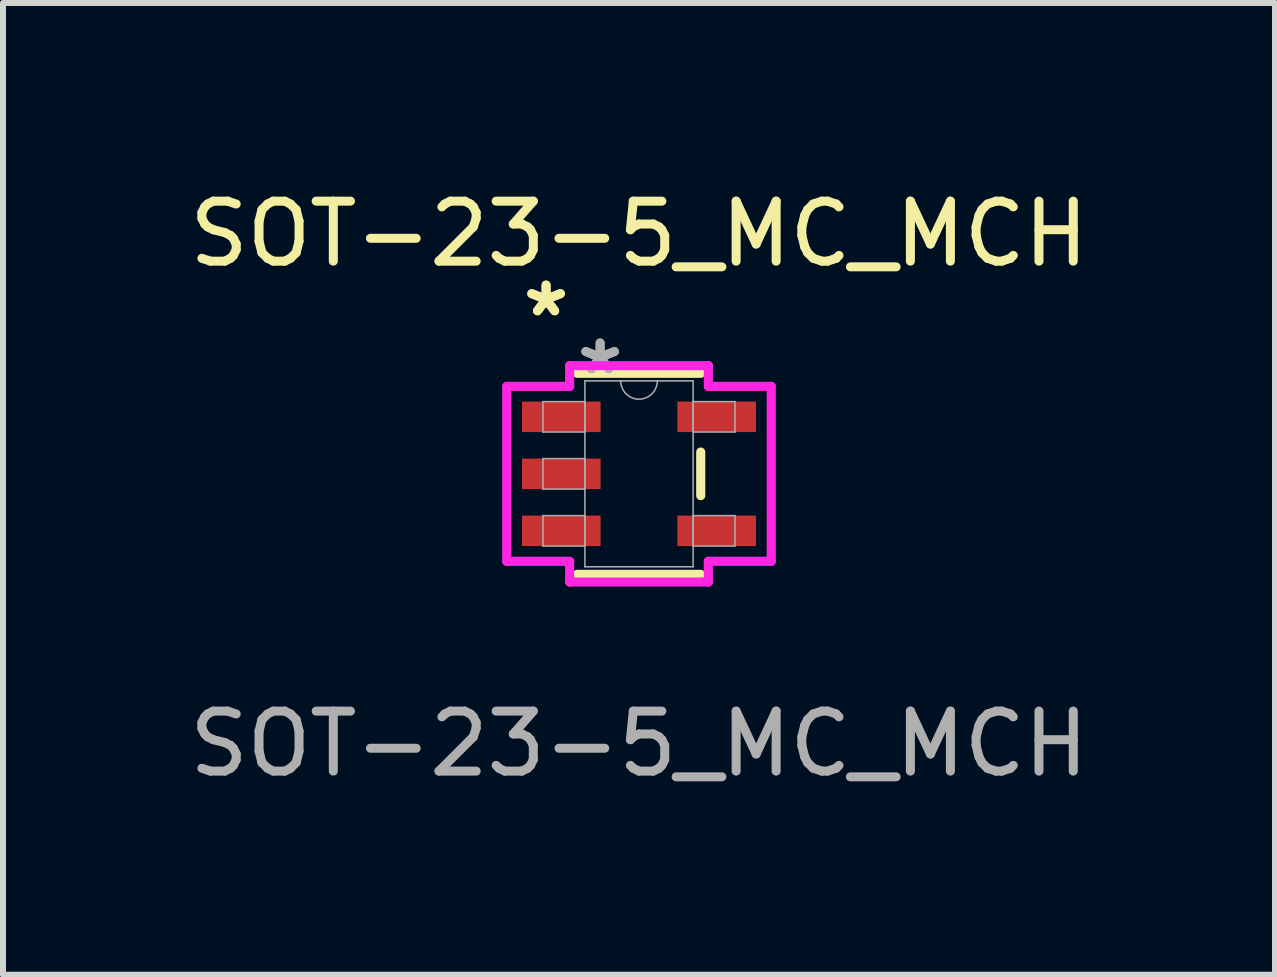
<source format=kicad_pcb>
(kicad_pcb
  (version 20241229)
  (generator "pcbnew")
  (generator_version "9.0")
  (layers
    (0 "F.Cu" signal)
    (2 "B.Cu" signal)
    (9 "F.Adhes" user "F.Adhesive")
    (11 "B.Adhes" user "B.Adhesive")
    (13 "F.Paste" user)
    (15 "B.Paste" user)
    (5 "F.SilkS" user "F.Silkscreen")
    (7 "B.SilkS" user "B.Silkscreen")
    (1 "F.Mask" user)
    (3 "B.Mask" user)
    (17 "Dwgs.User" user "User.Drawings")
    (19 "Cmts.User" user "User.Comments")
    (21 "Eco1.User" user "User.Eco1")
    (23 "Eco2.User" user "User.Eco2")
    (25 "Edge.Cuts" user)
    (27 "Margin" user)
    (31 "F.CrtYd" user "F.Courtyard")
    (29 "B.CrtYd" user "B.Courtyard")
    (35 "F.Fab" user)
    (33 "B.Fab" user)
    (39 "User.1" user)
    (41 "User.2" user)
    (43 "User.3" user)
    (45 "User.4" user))
  (footprint "SOT-23-5_MC_MCH"
    (layer "F.Cu")
    (at 7.601 4.848)
    (property "Reference" "SOT-23-5_MC_MCH" (at 0 -4 0) (unlocked yes) (layer "F.SilkS") (effects (font (size 1 1) (thickness 0.15))))
    (attr smd)
    (fp_line (start -1.029 1.676) (end 1.029 1.676) (stroke (width 0.152) (type solid)) (layer "F.SilkS"))
    (fp_line (start 1.029 -1.676) (end -1.029 -1.676) (stroke (width 0.152) (type solid)) (layer "F.SilkS"))
    (fp_line (start 1.029 0.363) (end 1.029 -0.363) (stroke (width 0.152) (type solid)) (layer "F.SilkS"))
    (fp_line (start -2.204 -1.458) (end -1.156 -1.458) (stroke (width 0.152) (type solid)) (layer "F.CrtYd"))
    (fp_line (start -2.204 1.458) (end -2.204 -1.458) (stroke (width 0.152) (type solid)) (layer "F.CrtYd"))
    (fp_line (start -1.156 -1.803) (end 1.156 -1.803) (stroke (width 0.152) (type solid)) (layer "F.CrtYd"))
    (fp_line (start -1.156 -1.458) (end -1.156 -1.803) (stroke (width 0.152) (type solid)) (layer "F.CrtYd"))
    (fp_line (start -1.156 1.458) (end -2.204 1.458) (stroke (width 0.152) (type solid)) (layer "F.CrtYd"))
    (fp_line (start -1.156 1.803) (end -1.156 1.458) (stroke (width 0.152) (type solid)) (layer "F.CrtYd"))
    (fp_line (start 1.156 -1.803) (end 1.156 -1.458) (stroke (width 0.152) (type solid)) (layer "F.CrtYd"))
    (fp_line (start 1.156 -1.458) (end 2.204 -1.458) (stroke (width 0.152) (type solid)) (layer "F.CrtYd"))
    (fp_line (start 1.156 1.458) (end 1.156 1.803) (stroke (width 0.152) (type solid)) (layer "F.CrtYd"))
    (fp_line (start 1.156 1.803) (end -1.156 1.803) (stroke (width 0.152) (type solid)) (layer "F.CrtYd"))
    (fp_line (start 2.204 -1.458) (end 2.204 1.458) (stroke (width 0.152) (type solid)) (layer "F.CrtYd"))
    (fp_line (start 2.204 1.458) (end 1.156 1.458) (stroke (width 0.152) (type solid)) (layer "F.CrtYd"))
    (fp_line (start -1.6 -1.204) (end -1.6 -0.696) (stroke (width 0.025) (type solid)) (layer "F.Fab"))
    (fp_line (start -1.6 -0.696) (end -0.902 -0.696) (stroke (width 0.025) (type solid)) (layer "F.Fab"))
    (fp_line (start -1.6 -0.254) (end -1.6 0.254) (stroke (width 0.025) (type solid)) (layer "F.Fab"))
    (fp_line (start -1.6 0.254) (end -0.902 0.254) (stroke (width 0.025) (type solid)) (layer "F.Fab"))
    (fp_line (start -1.6 0.696) (end -1.6 1.204) (stroke (width 0.025) (type solid)) (layer "F.Fab"))
    (fp_line (start -1.6 1.204) (end -0.902 1.204) (stroke (width 0.025) (type solid)) (layer "F.Fab"))
    (fp_line (start -0.902 -1.549) (end -0.902 1.549) (stroke (width 0.025) (type solid)) (layer "F.Fab"))
    (fp_line (start -0.902 -1.204) (end -1.6 -1.204) (stroke (width 0.025) (type solid)) (layer "F.Fab"))
    (fp_line (start -0.902 -0.696) (end -0.902 -1.204) (stroke (width 0.025) (type solid)) (layer "F.Fab"))
    (fp_line (start -0.902 -0.254) (end -1.6 -0.254) (stroke (width 0.025) (type solid)) (layer "F.Fab"))
    (fp_line (start -0.902 0.254) (end -0.902 -0.254) (stroke (width 0.025) (type solid)) (layer "F.Fab"))
    (fp_line (start -0.902 0.696) (end -1.6 0.696) (stroke (width 0.025) (type solid)) (layer "F.Fab"))
    (fp_line (start -0.902 1.204) (end -0.902 0.696) (stroke (width 0.025) (type solid)) (layer "F.Fab"))
    (fp_line (start -0.902 1.549) (end 0.902 1.549) (stroke (width 0.025) (type solid)) (layer "F.Fab"))
    (fp_line (start 0.902 -1.549) (end -0.902 -1.549) (stroke (width 0.025) (type solid)) (layer "F.Fab"))
    (fp_line (start 0.902 -1.204) (end 0.902 -0.696) (stroke (width 0.025) (type solid)) (layer "F.Fab"))
    (fp_line (start 0.902 -0.696) (end 1.6 -0.696) (stroke (width 0.025) (type solid)) (layer "F.Fab"))
    (fp_line (start 0.902 0.696) (end 0.902 1.204) (stroke (width 0.025) (type solid)) (layer "F.Fab"))
    (fp_line (start 0.902 1.204) (end 1.6 1.204) (stroke (width 0.025) (type solid)) (layer "F.Fab"))
    (fp_line (start 0.902 1.549) (end 0.902 -1.549) (stroke (width 0.025) (type solid)) (layer "F.Fab"))
    (fp_line (start 1.6 -1.204) (end 0.902 -1.204) (stroke (width 0.025) (type solid)) (layer "F.Fab"))
    (fp_line (start 1.6 -0.696) (end 1.6 -1.204) (stroke (width 0.025) (type solid)) (layer "F.Fab"))
    (fp_line (start 1.6 0.696) (end 0.902 0.696) (stroke (width 0.025) (type solid)) (layer "F.Fab"))
    (fp_line (start 1.6 1.204) (end 1.6 0.696) (stroke (width 0.025) (type solid)) (layer "F.Fab"))
    (fp_arc (start 0.3048 -1.5494) (mid 0 -1.2446) (end -0.3048 -1.5494) (stroke (width 0.0254) (type solid)) (layer "F.Fab"))
    (fp_text user "*" (at -1.549 -2.601 0) (unlocked yes) (layer "F.SilkS") (effects (font (size 1 1) (thickness 0.15))))
    (fp_text user "*" (at -1.549 -2.601 0) (layer "F.SilkS") (effects (font (size 1 1) (thickness 0.15))))
    (fp_text user "*" (at -0.648 -1.636 0) (layer "F.Fab") (effects (font (size 1 1) (thickness 0.15))))
    (fp_text user "*" (at -0.648 -1.636 0) (unlocked yes) (layer "F.Fab") (effects (font (size 1 1) (thickness 0.15))))
    (fp_text user "${REFERENCE}" (at 0 4.5 0) (unlocked yes) (layer "F.Fab") (effects (font (size 1 1) (thickness 0.15))))
    (pad "1" smd rect (at -1.295 -0.95) (size 1.31 0.508) (layers "F.Cu" "F.Mask" "F.Paste"))
    (pad "2" smd rect (at -1.295 0) (size 1.31 0.508) (layers "F.Cu" "F.Mask" "F.Paste"))
    (pad "3" smd rect (at -1.295 0.95) (size 1.31 0.508) (layers "F.Cu" "F.Mask" "F.Paste"))
    (pad "4" smd rect (at 1.295 0.95) (size 1.31 0.508) (layers "F.Cu" "F.Mask" "F.Paste"))
    (pad "5" smd rect (at 1.295 -0.95) (size 1.31 0.508) (layers "F.Cu" "F.Mask" "F.Paste")))
  (gr_rect
    (start -3 -3)
    (end 18.202 13.197)
    (stroke (width 0.1) (type default))
    (fill no)
    (layer "Edge.Cuts")))
</source>
